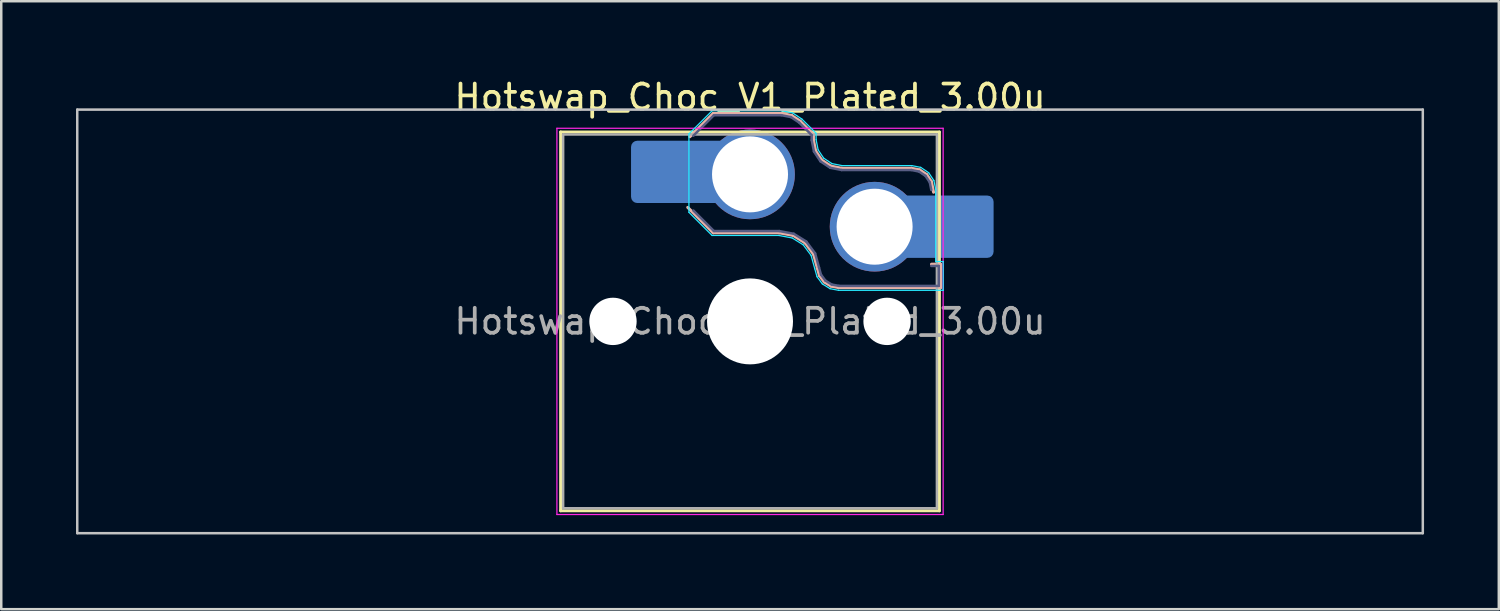
<source format=kicad_pcb>
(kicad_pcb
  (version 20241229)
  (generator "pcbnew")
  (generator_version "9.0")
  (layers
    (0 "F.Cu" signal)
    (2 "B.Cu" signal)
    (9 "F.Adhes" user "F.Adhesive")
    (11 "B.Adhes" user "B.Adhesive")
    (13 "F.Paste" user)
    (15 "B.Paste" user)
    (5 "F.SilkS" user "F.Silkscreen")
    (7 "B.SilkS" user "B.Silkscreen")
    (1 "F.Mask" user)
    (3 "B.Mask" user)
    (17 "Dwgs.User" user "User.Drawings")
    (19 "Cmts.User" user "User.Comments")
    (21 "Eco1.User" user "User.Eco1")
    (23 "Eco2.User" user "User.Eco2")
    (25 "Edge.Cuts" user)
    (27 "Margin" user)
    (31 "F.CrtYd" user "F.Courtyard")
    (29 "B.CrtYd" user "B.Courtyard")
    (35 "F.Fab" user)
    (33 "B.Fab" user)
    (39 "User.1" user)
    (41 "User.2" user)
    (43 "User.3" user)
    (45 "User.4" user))
  (footprint "Hotswap_Choc_V1_Plated_3.00u"
    (layer "F.Cu")
    (at 27.05 9.848)
    (property "Reference" "Hotswap_Choc_V1_Plated_3.00u" (at 0 -9 0) (layer "F.SilkS") (effects (font (size 1 1) (thickness 0.15))))
    (attr smd allow_soldermask_bridges)
    (fp_line (start -7.6 -7.6) (end -7.6 7.6) (stroke (width 0.12) (type solid)) (layer "F.SilkS"))
    (fp_line (start -7.6 7.6) (end 7.6 7.6) (stroke (width 0.12) (type solid)) (layer "F.SilkS"))
    (fp_line (start 7.6 -7.6) (end -7.6 -7.6) (stroke (width 0.12) (type solid)) (layer "F.SilkS"))
    (fp_line (start 7.6 7.6) (end 7.6 -7.6) (stroke (width 0.12) (type solid)) (layer "F.SilkS"))
    (fp_line (start -2.416 -7.409) (end -1.479 -8.346) (stroke (width 0.12) (type solid)) (layer "B.SilkS"))
    (fp_line (start -1.479 -8.346) (end 1.268 -8.346) (stroke (width 0.12) (type solid)) (layer "B.SilkS"))
    (fp_line (start -1.479 -3.554) (end -2.5 -4.575) (stroke (width 0.12) (type solid)) (layer "B.SilkS"))
    (fp_line (start 1.168 -3.554) (end -1.479 -3.554) (stroke (width 0.12) (type solid)) (layer "B.SilkS"))
    (fp_line (start 1.268 -8.346) (end 1.671 -8.266) (stroke (width 0.12) (type solid)) (layer "B.SilkS"))
    (fp_line (start 1.671 -8.266) (end 2.013 -8.037) (stroke (width 0.12) (type solid)) (layer "B.SilkS"))
    (fp_line (start 1.73 -3.449) (end 1.168 -3.554) (stroke (width 0.12) (type solid)) (layer "B.SilkS"))
    (fp_line (start 2.013 -8.037) (end 2.546 -7.504) (stroke (width 0.12) (type solid)) (layer "B.SilkS"))
    (fp_line (start 2.209 -3.15) (end 1.73 -3.449) (stroke (width 0.12) (type solid)) (layer "B.SilkS"))
    (fp_line (start 2.546 -7.504) (end 2.546 -7.282) (stroke (width 0.12) (type solid)) (layer "B.SilkS"))
    (fp_line (start 2.546 -7.282) (end 2.633 -6.844) (stroke (width 0.12) (type solid)) (layer "B.SilkS"))
    (fp_line (start 2.547 -2.697) (end 2.209 -3.15) (stroke (width 0.12) (type solid)) (layer "B.SilkS"))
    (fp_line (start 2.633 -6.844) (end 2.877 -6.477) (stroke (width 0.12) (type solid)) (layer "B.SilkS"))
    (fp_line (start 2.701 -2.139) (end 2.547 -2.697) (stroke (width 0.12) (type solid)) (layer "B.SilkS"))
    (fp_line (start 2.783 -1.841) (end 2.701 -2.139) (stroke (width 0.12) (type solid)) (layer "B.SilkS"))
    (fp_line (start 2.877 -6.477) (end 3.244 -6.233) (stroke (width 0.12) (type solid)) (layer "B.SilkS"))
    (fp_line (start 2.976 -1.583) (end 2.783 -1.841) (stroke (width 0.12) (type solid)) (layer "B.SilkS"))
    (fp_line (start 3.244 -6.233) (end 3.682 -6.146) (stroke (width 0.12) (type solid)) (layer "B.SilkS"))
    (fp_line (start 3.25 -1.413) (end 2.976 -1.583) (stroke (width 0.12) (type solid)) (layer "B.SilkS"))
    (fp_line (start 3.56 -1.354) (end 3.25 -1.413) (stroke (width 0.12) (type solid)) (layer "B.SilkS"))
    (fp_line (start 3.682 -6.146) (end 6.482 -6.146) (stroke (width 0.12) (type solid)) (layer "B.SilkS"))
    (fp_line (start 6.482 -6.146) (end 6.809 -6.081) (stroke (width 0.12) (type solid)) (layer "B.SilkS"))
    (fp_line (start 6.809 -6.081) (end 7.092 -5.892) (stroke (width 0.12) (type solid)) (layer "B.SilkS"))
    (fp_line (start 7.092 -5.892) (end 7.281 -5.609) (stroke (width 0.12) (type solid)) (layer "B.SilkS"))
    (fp_line (start 7.281 -5.609) (end 7.366 -5.182) (stroke (width 0.12) (type solid)) (layer "B.SilkS"))
    (fp_line (start 7.283 -2.296) (end 7.646 -2.296) (stroke (width 0.12) (type solid)) (layer "B.SilkS"))
    (fp_line (start 7.646 -2.296) (end 7.646 -1.354) (stroke (width 0.12) (type solid)) (layer "B.SilkS"))
    (fp_line (start 7.646 -1.354) (end 3.56 -1.354) (stroke (width 0.12) (type solid)) (layer "B.SilkS"))
    (fp_line (start -27 -8.5) (end -27 8.5) (stroke (width 0.1) (type solid)) (layer "Dwgs.User"))
    (fp_line (start -27 8.5) (end 27 8.5) (stroke (width 0.1) (type solid)) (layer "Dwgs.User"))
    (fp_line (start 27 -8.5) (end -27 -8.5) (stroke (width 0.1) (type solid)) (layer "Dwgs.User"))
    (fp_line (start 27 8.5) (end 27 -8.5) (stroke (width 0.1) (type solid)) (layer "Dwgs.User"))
    (fp_line (start -7.25 -7.25) (end -7.25 7.25) (stroke (width 0.1) (type solid)) (layer "Eco1.User"))
    (fp_line (start -7.25 7.25) (end 7.25 7.25) (stroke (width 0.1) (type solid)) (layer "Eco1.User"))
    (fp_line (start 7.25 -7.25) (end -7.25 -7.25) (stroke (width 0.1) (type solid)) (layer "Eco1.User"))
    (fp_line (start 7.25 7.25) (end 7.25 -7.25) (stroke (width 0.1) (type solid)) (layer "Eco1.User"))
    (fp_line (start -2.452 -7.523) (end -1.523 -8.452) (stroke (width 0.05) (type solid)) (layer "B.CrtYd"))
    (fp_line (start -2.452 -4.377) (end -2.452 -7.523) (stroke (width 0.05) (type solid)) (layer "B.CrtYd"))
    (fp_line (start -1.523 -8.452) (end 1.278 -8.452) (stroke (width 0.05) (type solid)) (layer "B.CrtYd"))
    (fp_line (start -1.523 -3.448) (end -2.452 -4.377) (stroke (width 0.05) (type solid)) (layer "B.CrtYd"))
    (fp_line (start 1.159 -3.448) (end -1.523 -3.448) (stroke (width 0.05) (type solid)) (layer "B.CrtYd"))
    (fp_line (start 1.278 -8.452) (end 1.712 -8.366) (stroke (width 0.05) (type solid)) (layer "B.CrtYd"))
    (fp_line (start 1.691 -3.348) (end 1.159 -3.448) (stroke (width 0.05) (type solid)) (layer "B.CrtYd"))
    (fp_line (start 1.712 -8.366) (end 2.081 -8.119) (stroke (width 0.05) (type solid)) (layer "B.CrtYd"))
    (fp_line (start 2.081 -8.119) (end 2.652 -7.548) (stroke (width 0.05) (type solid)) (layer "B.CrtYd"))
    (fp_line (start 2.136 -3.071) (end 1.691 -3.348) (stroke (width 0.05) (type solid)) (layer "B.CrtYd"))
    (fp_line (start 2.45 -2.65) (end 2.136 -3.071) (stroke (width 0.05) (type solid)) (layer "B.CrtYd"))
    (fp_line (start 2.599 -2.111) (end 2.45 -2.65) (stroke (width 0.05) (type solid)) (layer "B.CrtYd"))
    (fp_line (start 2.652 -7.548) (end 2.652 -7.292) (stroke (width 0.05) (type solid)) (layer "B.CrtYd"))
    (fp_line (start 2.652 -7.292) (end 2.733 -6.885) (stroke (width 0.05) (type solid)) (layer "B.CrtYd"))
    (fp_line (start 2.687 -1.794) (end 2.599 -2.111) (stroke (width 0.05) (type solid)) (layer "B.CrtYd"))
    (fp_line (start 2.733 -6.885) (end 2.953 -6.553) (stroke (width 0.05) (type solid)) (layer "B.CrtYd"))
    (fp_line (start 2.903 -1.503) (end 2.687 -1.794) (stroke (width 0.05) (type solid)) (layer "B.CrtYd"))
    (fp_line (start 2.953 -6.553) (end 3.285 -6.333) (stroke (width 0.05) (type solid)) (layer "B.CrtYd"))
    (fp_line (start 3.211 -1.312) (end 2.903 -1.503) (stroke (width 0.05) (type solid)) (layer "B.CrtYd"))
    (fp_line (start 3.285 -6.333) (end 3.692 -6.252) (stroke (width 0.05) (type solid)) (layer "B.CrtYd"))
    (fp_line (start 3.55 -1.248) (end 3.211 -1.312) (stroke (width 0.05) (type solid)) (layer "B.CrtYd"))
    (fp_line (start 3.692 -6.252) (end 6.492 -6.252) (stroke (width 0.05) (type solid)) (layer "B.CrtYd"))
    (fp_line (start 6.492 -6.252) (end 6.85 -6.181) (stroke (width 0.05) (type solid)) (layer "B.CrtYd"))
    (fp_line (start 6.85 -6.181) (end 7.168 -5.968) (stroke (width 0.05) (type solid)) (layer "B.CrtYd"))
    (fp_line (start 7.168 -5.968) (end 7.381 -5.65) (stroke (width 0.05) (type solid)) (layer "B.CrtYd"))
    (fp_line (start 7.381 -5.65) (end 7.452 -5.292) (stroke (width 0.05) (type solid)) (layer "B.CrtYd"))
    (fp_line (start 7.452 -5.292) (end 7.452 -2.402) (stroke (width 0.05) (type solid)) (layer "B.CrtYd"))
    (fp_line (start 7.452 -2.402) (end 7.752 -2.402) (stroke (width 0.05) (type solid)) (layer "B.CrtYd"))
    (fp_line (start 7.752 -2.402) (end 7.752 -1.248) (stroke (width 0.05) (type solid)) (layer "B.CrtYd"))
    (fp_line (start 7.752 -1.248) (end 3.55 -1.248) (stroke (width 0.05) (type solid)) (layer "B.CrtYd"))
    (fp_line (start -7.75 -7.75) (end -7.75 7.75) (stroke (width 0.05) (type solid)) (layer "F.CrtYd"))
    (fp_line (start -7.75 7.75) (end 7.75 7.75) (stroke (width 0.05) (type solid)) (layer "F.CrtYd"))
    (fp_line (start 7.75 -7.75) (end -7.75 -7.75) (stroke (width 0.05) (type solid)) (layer "F.CrtYd"))
    (fp_line (start 7.75 7.75) (end 7.75 -7.75) (stroke (width 0.05) (type solid)) (layer "F.CrtYd"))
    (fp_line (start -2.275 -7.45) (end -1.45 -8.275) (stroke (width 0.1) (type solid)) (layer "B.Fab"))
    (fp_line (start -1.45 -8.275) (end 1.261 -8.275) (stroke (width 0.1) (type solid)) (layer "B.Fab"))
    (fp_line (start -1.45 -3.625) (end -2.275 -4.45) (stroke (width 0.1) (type solid)) (layer "B.Fab"))
    (fp_line (start 1.175 -3.625) (end -1.45 -3.625) (stroke (width 0.1) (type solid)) (layer "B.Fab"))
    (fp_line (start 1.261 -8.275) (end 1.643 -8.199) (stroke (width 0.1) (type solid)) (layer "B.Fab"))
    (fp_line (start 1.643 -8.199) (end 1.968 -7.982) (stroke (width 0.1) (type solid)) (layer "B.Fab"))
    (fp_line (start 1.756 -3.516) (end 1.175 -3.625) (stroke (width 0.1) (type solid)) (layer "B.Fab"))
    (fp_line (start 1.968 -7.982) (end 2.475 -7.475) (stroke (width 0.1) (type solid)) (layer "B.Fab"))
    (fp_line (start 2.258 -3.203) (end 1.756 -3.516) (stroke (width 0.1) (type solid)) (layer "B.Fab"))
    (fp_line (start 2.475 -7.475) (end 2.475 -7.275) (stroke (width 0.1) (type solid)) (layer "B.Fab"))
    (fp_line (start 2.475 -7.275) (end 2.566 -6.816) (stroke (width 0.1) (type solid)) (layer "B.Fab"))
    (fp_line (start 2.566 -6.816) (end 2.826 -6.426) (stroke (width 0.1) (type solid)) (layer "B.Fab"))
    (fp_line (start 2.612 -2.729) (end 2.258 -3.203) (stroke (width 0.1) (type solid)) (layer "B.Fab"))
    (fp_line (start 2.769 -2.158) (end 2.612 -2.729) (stroke (width 0.1) (type solid)) (layer "B.Fab"))
    (fp_line (start 2.826 -6.426) (end 3.216 -6.166) (stroke (width 0.1) (type solid)) (layer "B.Fab"))
    (fp_line (start 2.848 -1.873) (end 2.769 -2.158) (stroke (width 0.1) (type solid)) (layer "B.Fab"))
    (fp_line (start 3.025 -1.636) (end 2.848 -1.873) (stroke (width 0.1) (type solid)) (layer "B.Fab"))
    (fp_line (start 3.216 -6.166) (end 3.675 -6.075) (stroke (width 0.1) (type solid)) (layer "B.Fab"))
    (fp_line (start 3.276 -1.48) (end 3.025 -1.636) (stroke (width 0.1) (type solid)) (layer "B.Fab"))
    (fp_line (start 3.567 -1.425) (end 3.276 -1.48) (stroke (width 0.1) (type solid)) (layer "B.Fab"))
    (fp_line (start 3.675 -6.075) (end 6.475 -6.075) (stroke (width 0.1) (type solid)) (layer "B.Fab"))
    (fp_line (start 6.475 -6.075) (end 6.781 -6.014) (stroke (width 0.1) (type solid)) (layer "B.Fab"))
    (fp_line (start 6.781 -6.014) (end 7.041 -5.841) (stroke (width 0.1) (type solid)) (layer "B.Fab"))
    (fp_line (start 7.041 -5.841) (end 7.214 -5.581) (stroke (width 0.1) (type solid)) (layer "B.Fab"))
    (fp_line (start 7.214 -5.581) (end 7.275 -5.275) (stroke (width 0.1) (type solid)) (layer "B.Fab"))
    (fp_line (start 7.275 -2.225) (end 7.575 -2.225) (stroke (width 0.1) (type solid)) (layer "B.Fab"))
    (fp_line (start 7.575 -2.225) (end 7.575 -1.425) (stroke (width 0.1) (type solid)) (layer "B.Fab"))
    (fp_line (start 7.575 -1.425) (end 3.567 -1.425) (stroke (width 0.1) (type solid)) (layer "B.Fab"))
    (fp_line (start -7.5 -7.5) (end -7.5 7.5) (stroke (width 0.1) (type solid)) (layer "F.Fab"))
    (fp_line (start -7.5 7.5) (end 7.5 7.5) (stroke (width 0.1) (type solid)) (layer "F.Fab"))
    (fp_line (start 7.5 -7.5) (end -7.5 -7.5) (stroke (width 0.1) (type solid)) (layer "F.Fab"))
    (fp_line (start 7.5 7.5) (end 7.5 -7.5) (stroke (width 0.1) (type solid)) (layer "F.Fab"))
    (fp_text user "${REFERENCE}" (at 0 0 0) (layer "F.Fab") (effects (font (size 1 1) (thickness 0.15))))
    (pad "" np_thru_hole circle (at -5.5 0) (size 1.9 1.9) (drill 1.9) (layers "*.Cu" "*.Mask"))
    (pad "" smd roundrect (at -3.5 -6) (size 2.55 2.5) (layers "B.Mask" "B.Paste") (roundrect_rratio 0.1))
    (pad "" np_thru_hole circle (at 0 0) (size 3.45 3.45) (drill 3.45) (layers "*.Cu" "*.Mask"))
    (pad "" np_thru_hole circle (at 5.5 0) (size 1.9 1.9) (drill 1.9) (layers "*.Cu" "*.Mask"))
    (pad "" smd roundrect (at 8.5 -3.8) (size 2.55 2.5) (layers "B.Mask" "B.Paste") (roundrect_rratio 0.1))
    (pad "1" smd roundrect (at -2.85 -6) (size 3.85 2.5) (layers "B.Cu") (roundrect_rratio 0.1))
    (pad "1" thru_hole circle (at 0 -5.9) (size 3.6 3.6) (drill 3.05) (layers "*.Cu" "*.Mask"))
    (pad "2" thru_hole circle (at 5 -3.8) (size 3.6 3.6) (drill 3.05) (layers "*.Cu" "*.Mask"))
    (pad "2" smd roundrect (at 7.85 -3.8) (size 3.85 2.5) (layers "B.Cu") (roundrect_rratio 0.1)))
  (gr_rect
    (start -3 -3)
    (end 57.1 21.398)
    (stroke (width 0.1) (type default))
    (fill no)
    (layer "Edge.Cuts")))
</source>
